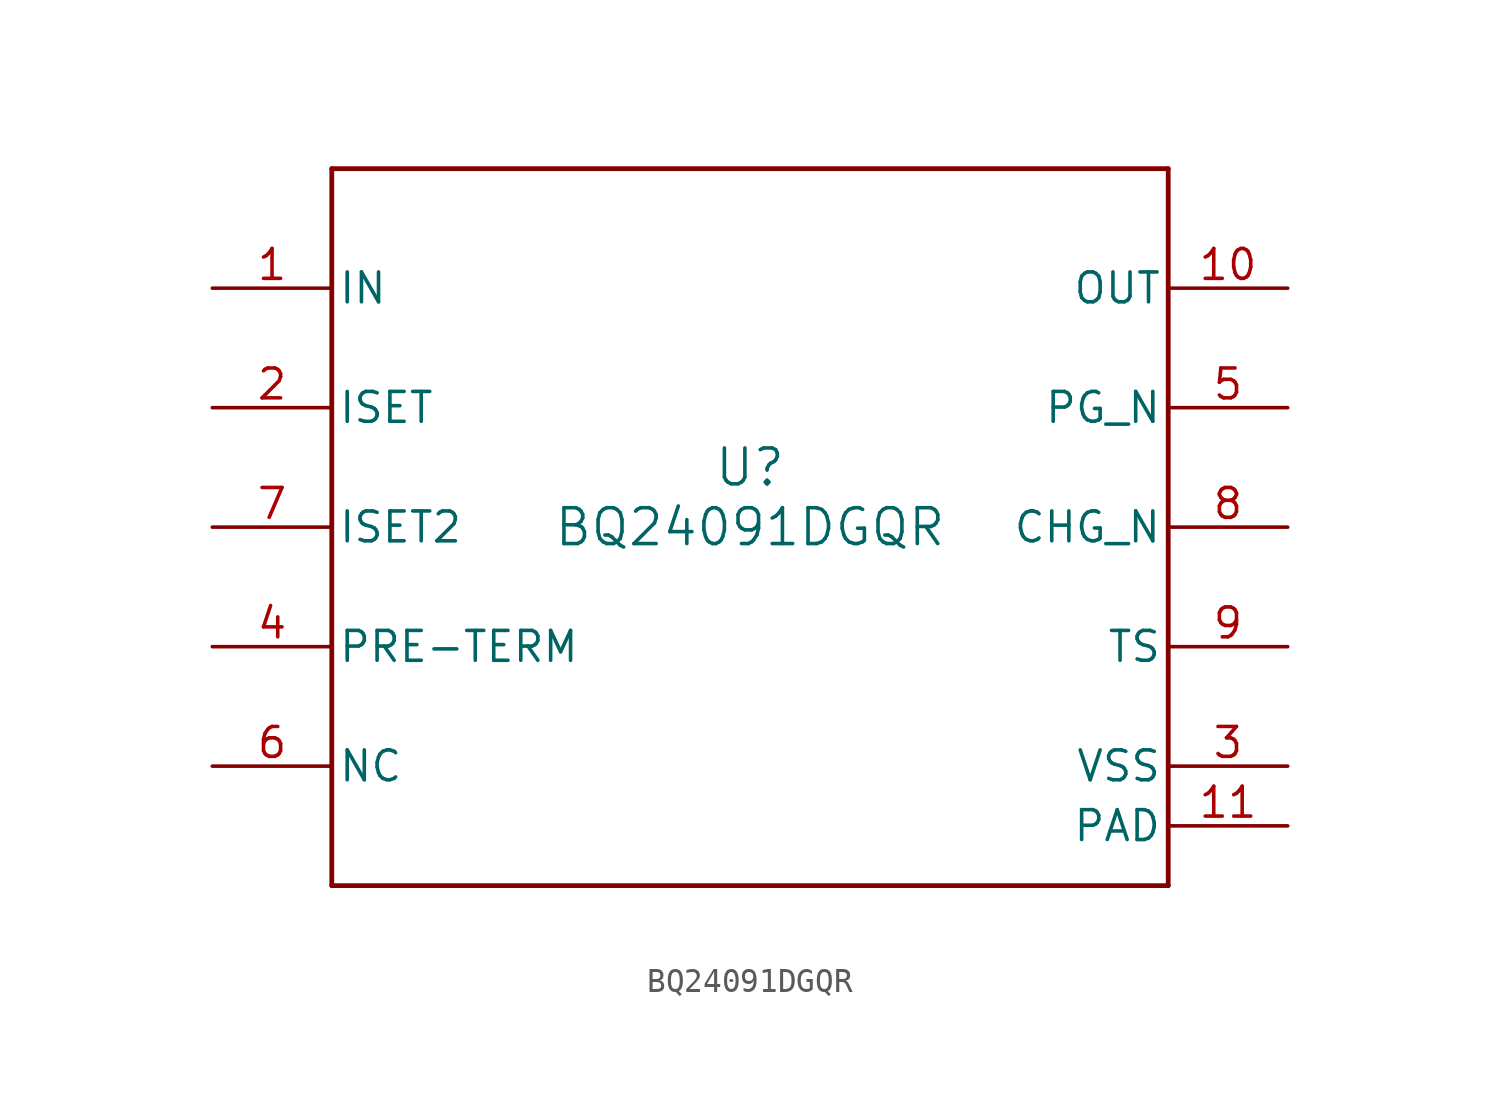
<source format=kicad_sym>
(kicad_symbol_lib
  (version 20211014)
  (generator kicad_symbol_editor)
  (symbol "BQ24091DGQR"
    (pin_names
      (offset 0.254))
    (property "Reference" "U"
      (at 0 2.54 0)
      (effects (font (size 1.524 1.524))))
    (property "Value" "BQ24091DGQR"
      (at 0 0 0)
      (effects (font (size 1.524 1.524))))
    (polyline
      (pts (xy -17.78 -15.24) (xy 17.78 -15.24))
      (stroke (width 0.203) (type default) (color 0 0 0 0))
      (fill (type none)))
    (polyline
      (pts (xy 17.78 -15.24) (xy 17.78 15.24))
      (stroke (width 0.203) (type default) (color 0 0 0 0))
      (fill (type none)))
    (polyline
      (pts (xy 17.78 15.24) (xy -17.78 15.24))
      (stroke (width 0.203) (type default) (color 0 0 0 0))
      (fill (type none)))
    (polyline
      (pts (xy -17.78 15.24) (xy -17.78 -15.24))
      (stroke (width 0.203) (type default) (color 0 0 0 0))
      (fill (type none)))
    (pin power_in line
      (at -22.86 10.16 0)
      (length 5.08)
      (name "IN" (effects (font (size 1.27 1.27))))
      (number "1" (effects (font (size 1.27 1.27)))))
    (pin input line
      (at -22.86 5.08 0)
      (length 5.08)
      (name "ISET" (effects (font (size 1.27 1.27))))
      (number "2" (effects (font (size 1.27 1.27)))))
    (pin power_in line
      (at 22.86 -10.16 180)
      (length 5.08)
      (name "VSS" (effects (font (size 1.27 1.27))))
      (number "3" (effects (font (size 1.27 1.27)))))
    (pin input line
      (at -22.86 -5.08 0)
      (length 5.08)
      (name "PRE-TERM" (effects (font (size 1.27 1.27))))
      (number "4" (effects (font (size 1.27 1.27)))))
    (pin tri_state line
      (at 22.86 5.08 180)
      (length 5.08)
      (name "PG_N" (effects (font (size 1.27 1.27))))
      (number "5" (effects (font (size 1.27 1.27)))))
    (pin unspecified line
      (at -22.86 -10.16 0)
      (length 5.08)
      (name "NC" (effects (font (size 1.27 1.27))))
      (number "6" (effects (font (size 1.27 1.27)))))
    (pin input line
      (at -22.86 0 0)
      (length 5.08)
      (name "ISET2" (effects (font (size 1.27 1.27))))
      (number "7" (effects (font (size 1.27 1.27)))))
    (pin tri_state line
      (at 22.86 0 180)
      (length 5.08)
      (name "CHG_N" (effects (font (size 1.27 1.27))))
      (number "8" (effects (font (size 1.27 1.27)))))
    (pin input line
      (at 22.86 -5.08 180)
      (length 5.08)
      (name "TS" (effects (font (size 1.27 1.27))))
      (number "9" (effects (font (size 1.27 1.27)))))
    (pin power_in line
      (at 22.86 10.16 180)
      (length 5.08)
      (name "OUT" (effects (font (size 1.27 1.27))))
      (number "10" (effects (font (size 1.27 1.27)))))
    (pin power_in line
      (at 22.86 -12.7 180)
      (length 5.08)
      (name "PAD" (effects (font (size 1.27 1.27))))
      (number "11" (effects (font (size 1.27 1.27)))))))
</source>
